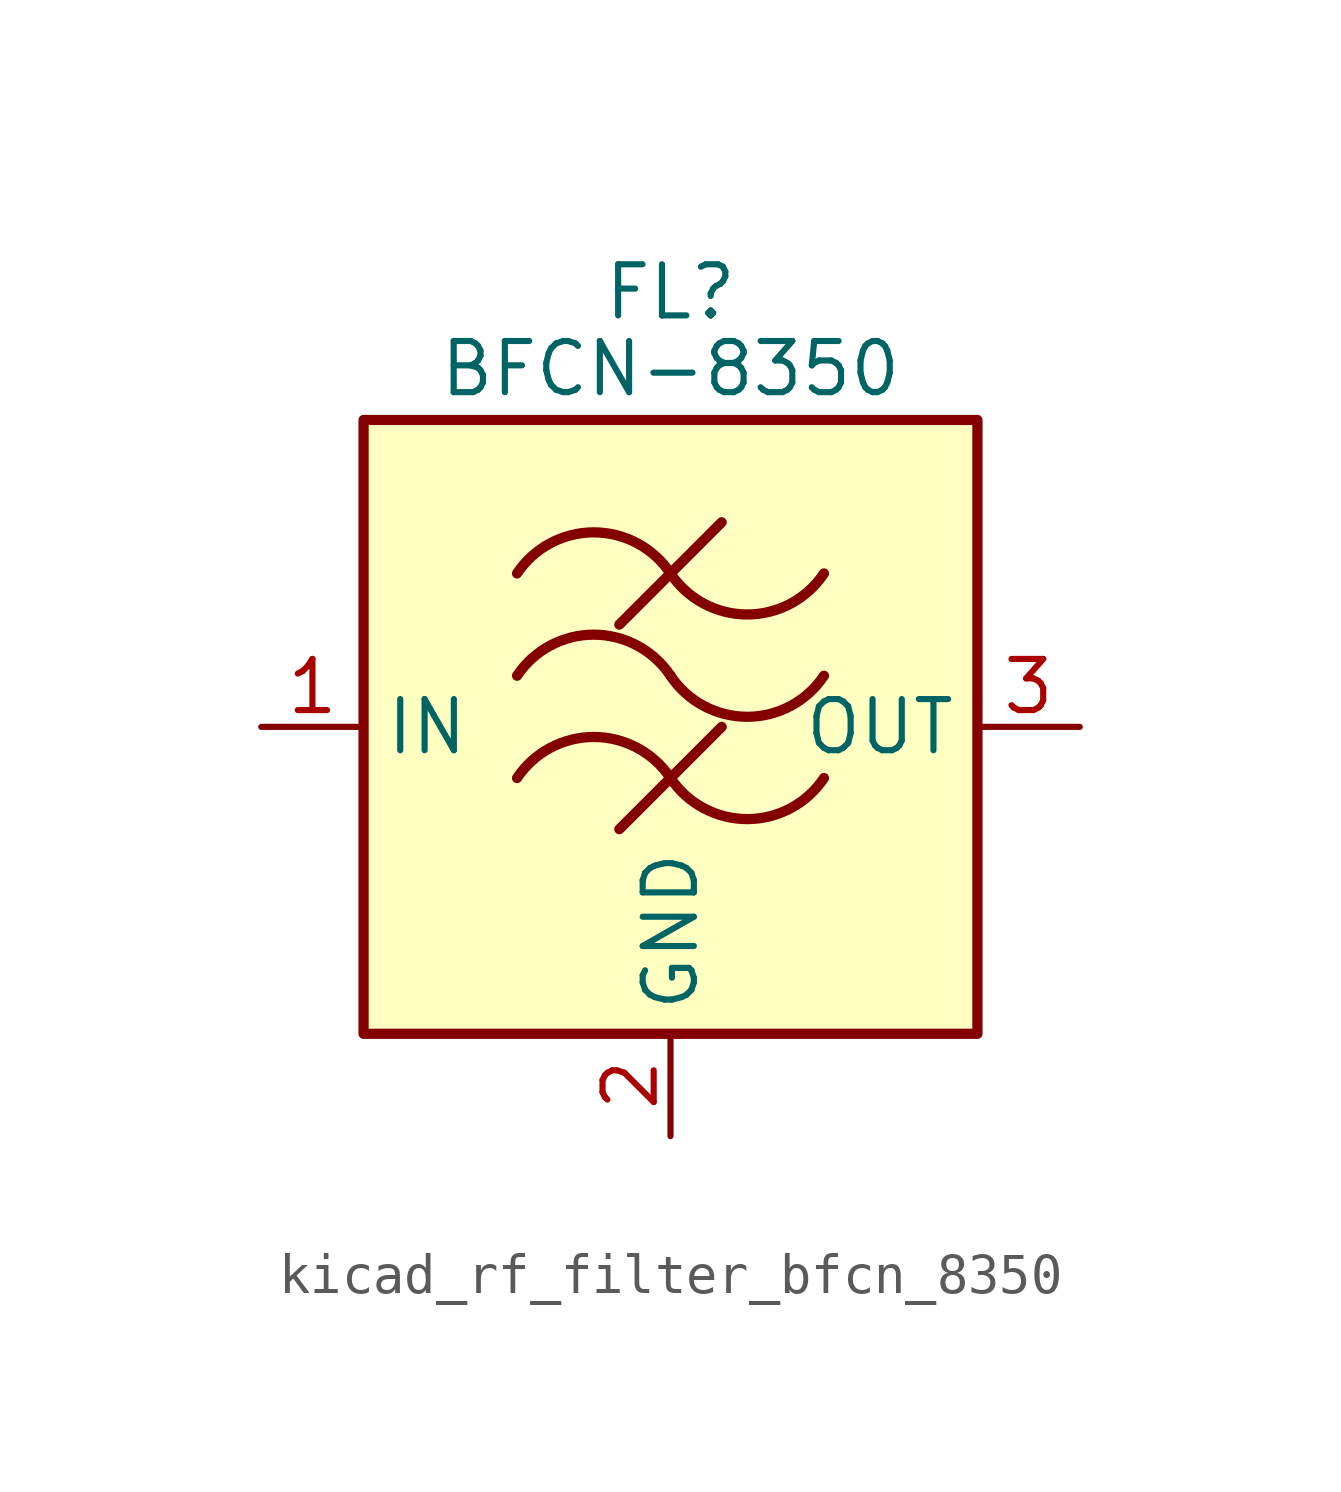
<source format=kicad_sym>
(kicad_symbol_lib
  (version 20220914)
  (generator kicad_symbol_editor)
  (symbol "kicad_rf_filter_bfcn_8350"
    (property "Reference" "FL"
      (at 0 10.795 0)
      (effects (font (size 1.27 1.27))))
    (property "Value" "BFCN-8350"
      (at 0 8.89 0)
      (effects (font (size 1.27 1.27))))
    (symbol "kicad_rf_filter_bfcn_8350_0_1"
      (rectangle (start -7.62 7.62) (end 7.62 -7.62) (stroke (width 0.254) (type default)) (fill (type background)))
      (arc (start 0 -1.27) (mid -1.905 -0.2505) (end -3.81 -1.27) (stroke (width 0.254) (type default)) (fill (type none)))
      (arc (start 0 -1.27) (mid 1.905 -2.2895) (end 3.81 -1.27) (stroke (width 0.254) (type default)) (fill (type none)))
      (polyline (pts (xy -1.27 -2.54) (xy 1.27 0)) (stroke (width 0.254) (type default)) (fill (type none)))
      (polyline (pts (xy -1.27 2.54) (xy 1.27 5.08)) (stroke (width 0.254) (type default)) (fill (type none)))
      (arc (start 0 1.27) (mid -1.905 2.2895) (end -3.81 1.27) (stroke (width 0.254) (type default)) (fill (type none)))
      (arc (start 0 1.27) (mid 1.905 0.2505) (end 3.81 1.27) (stroke (width 0.254) (type default)) (fill (type none)))
      (arc (start 0 3.81) (mid -1.905 4.8295) (end -3.81 3.81) (stroke (width 0.254) (type default)) (fill (type none)))
      (arc (start 0 3.81) (mid 1.905 2.7905) (end 3.81 3.81) (stroke (width 0.254) (type default)) (fill (type none))))
    (symbol "kicad_rf_filter_bfcn_8350_1_1"
      (pin passive line (at -10.16 0 0) (length 2.54) (name "IN" (effects (font (size 1.27 1.27)))) (number "1" (effects (font (size 1.27 1.27)))))
      (pin passive line (at 0 -10.16 90) (length 2.54) (name "GND" (effects (font (size 1.27 1.27)))) (number "2" (effects (font (size 1.27 1.27)))))
      (pin passive line (at 10.16 0 180) (length 2.54) (name "OUT" (effects (font (size 1.27 1.27)))) (number "3" (effects (font (size 1.27 1.27)))))
      (pin passive line (at 0 -10.16 90) (length 2.54) hide (name "GND" (effects (font (size 1.27 1.27)))) (number "4" (effects (font (size 1.27 1.27))))))))
</source>
